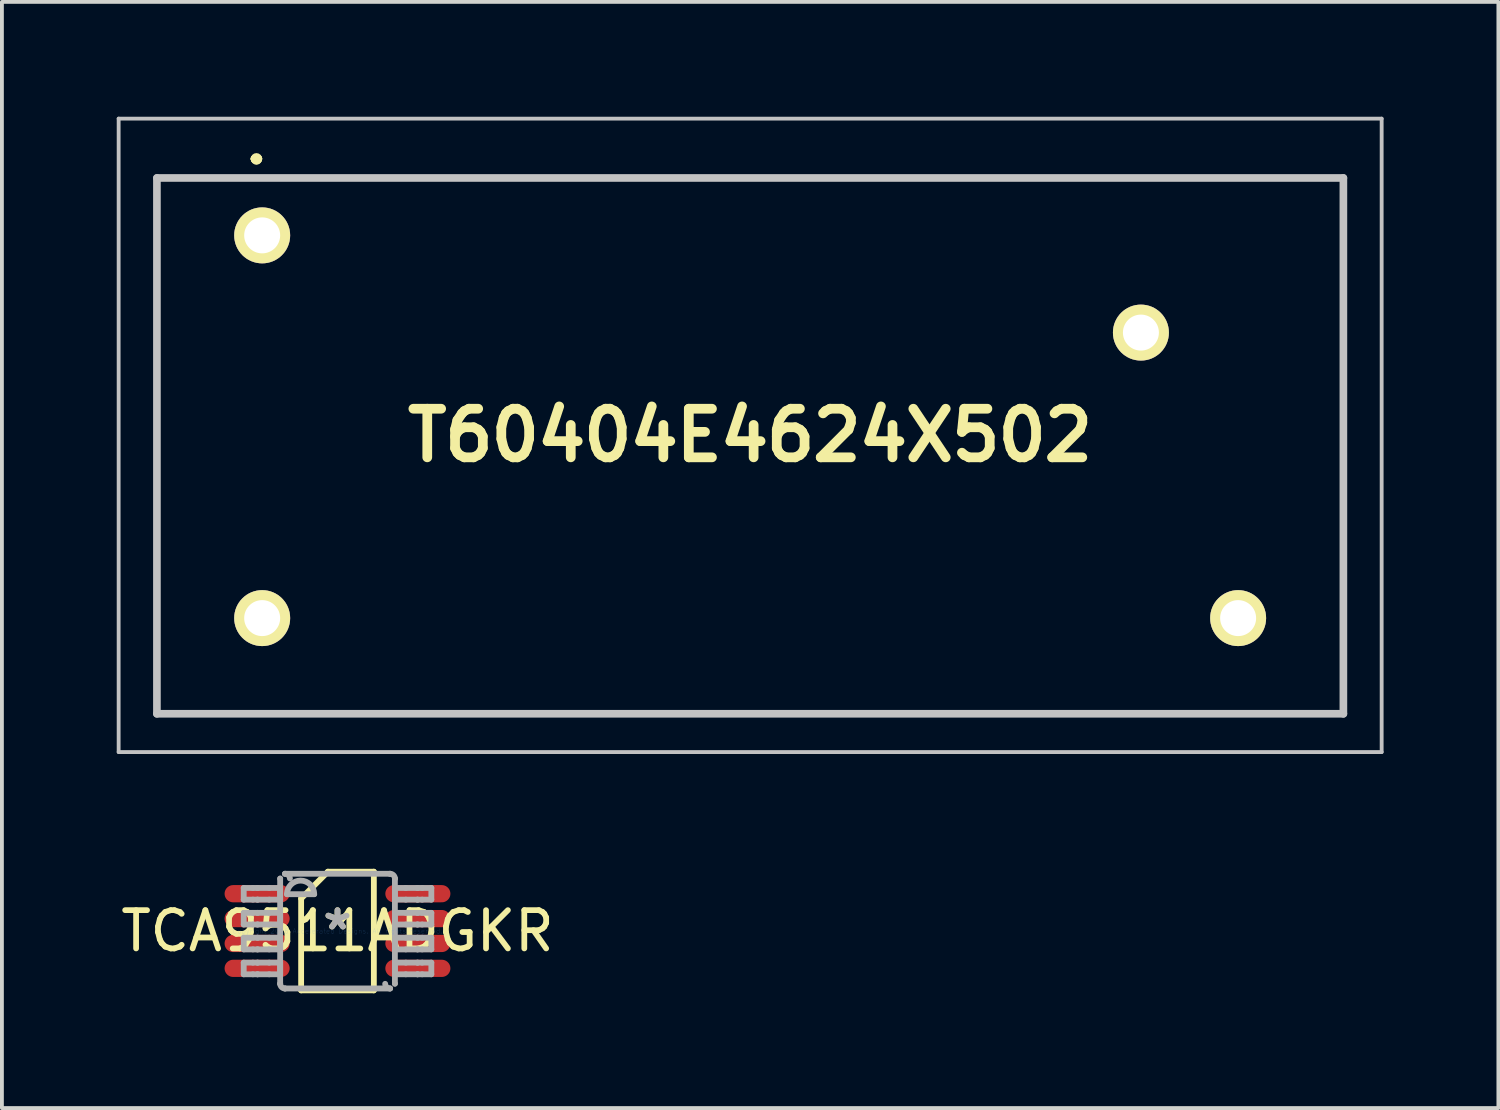
<source format=kicad_pcb>
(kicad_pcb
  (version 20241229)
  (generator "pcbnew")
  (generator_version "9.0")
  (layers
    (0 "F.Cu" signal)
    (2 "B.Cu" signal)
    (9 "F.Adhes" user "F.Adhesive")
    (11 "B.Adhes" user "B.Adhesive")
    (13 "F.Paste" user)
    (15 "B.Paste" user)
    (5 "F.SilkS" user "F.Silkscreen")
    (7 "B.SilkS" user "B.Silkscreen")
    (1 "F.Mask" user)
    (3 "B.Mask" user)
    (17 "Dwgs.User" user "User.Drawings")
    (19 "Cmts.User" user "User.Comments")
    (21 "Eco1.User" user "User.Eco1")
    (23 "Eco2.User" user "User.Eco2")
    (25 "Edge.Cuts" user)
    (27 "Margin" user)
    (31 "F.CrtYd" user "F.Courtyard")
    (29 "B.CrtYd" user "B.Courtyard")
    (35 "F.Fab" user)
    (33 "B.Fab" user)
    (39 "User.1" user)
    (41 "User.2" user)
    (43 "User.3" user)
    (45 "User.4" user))
  (footprint "T60404E4624X502"
    (layer "F.Cu")
    (at 3.8 3.1)
    (property "Reference" "T60404E4624X502" (at 12.75 5.225 0) (layer "F.SilkS") (effects (font (size 1.27 1.27) (thickness 0.254))))
    (attr through_hole)
    (fp_line (start -2.75 -1.5) (end -2.75 12.5) (stroke (width 0.1) (type solid)) (layer "F.SilkS"))
    (fp_line (start -2.75 12.5) (end 28.25 12.5) (stroke (width 0.1) (type solid)) (layer "F.SilkS"))
    (fp_line (start -0.2 -2) (end -0.2 -2) (stroke (width 0.2) (type solid)) (layer "F.SilkS"))
    (fp_line (start -0.2 -2) (end -0.2 -2) (stroke (width 0.2) (type solid)) (layer "F.SilkS"))
    (fp_line (start -0.1 -2) (end -0.1 -2) (stroke (width 0.2) (type solid)) (layer "F.SilkS"))
    (fp_line (start 28.25 -1.5) (end -2.75 -1.5) (stroke (width 0.1) (type solid)) (layer "F.SilkS"))
    (fp_line (start 28.25 12.5) (end 28.25 -1.5) (stroke (width 0.1) (type solid)) (layer "F.SilkS"))
    (fp_arc (start -0.2 -2) (mid -0.15 -2.05) (end -0.1 -2) (stroke (width 0.2) (type solid)) (layer "F.SilkS"))
    (fp_arc (start -0.1 -2) (mid -0.15 -1.95) (end -0.2 -2) (stroke (width 0.2) (type solid)) (layer "F.SilkS"))
    (fp_arc (start -0.1 -2) (mid -0.15 -1.95) (end -0.2 -2) (stroke (width 0.2) (type solid)) (layer "F.SilkS"))
    (fp_line (start -3.75 -3.05) (end -3.75 13.5) (stroke (width 0.1) (type solid)) (layer "Dwgs.User"))
    (fp_line (start -3.75 13.5) (end 29.25 13.5) (stroke (width 0.1) (type solid)) (layer "Dwgs.User"))
    (fp_line (start -2.75 -1.5) (end 28.25 -1.5) (stroke (width 0.2) (type solid)) (layer "Dwgs.User"))
    (fp_line (start -2.75 12.5) (end -2.75 -1.5) (stroke (width 0.2) (type solid)) (layer "Dwgs.User"))
    (fp_line (start 28.25 -1.5) (end 28.25 12.5) (stroke (width 0.2) (type solid)) (layer "Dwgs.User"))
    (fp_line (start 28.25 12.5) (end -2.75 12.5) (stroke (width 0.2) (type solid)) (layer "Dwgs.User"))
    (fp_line (start 29.25 -3.05) (end -3.75 -3.05) (stroke (width 0.1) (type solid)) (layer "Dwgs.User"))
    (fp_line (start 29.25 13.5) (end 29.25 -3.05) (stroke (width 0.1) (type solid)) (layer "Dwgs.User"))
    (pad "1" thru_hole circle (at 0 0 90) (size 1.462 1.462) (drill 0.94) (layers "*.Cu" "*.Mask" "F.SilkS"))
    (pad "2" thru_hole circle (at 22.96 2.54 90) (size 1.462 1.462) (drill 0.94) (layers "*.Cu" "*.Mask" "F.SilkS"))
    (pad "3" thru_hole circle (at 25.5 10 90) (size 1.462 1.462) (drill 0.94) (layers "*.Cu" "*.Mask" "F.SilkS"))
    (pad "4" thru_hole circle (at 0 10 90) (size 1.462 1.462) (drill 0.94) (layers "*.Cu" "*.Mask" "F.SilkS")))
  (footprint "TCA9511ADGKR"
    (layer "F.Cu")
    (at 5.768 21.276)
    (property "Reference" "TCA9511ADGKR" (at 0 0 0) (layer "F.SilkS") (effects (font (size 1 1) (thickness 0.15))))
    (attr through_hole)
    (fp_line (start -0.95 -0.85) (end -0.25 -1.55) (stroke (width 0.152) (type solid)) (layer "F.SilkS"))
    (fp_line (start -0.95 1.55) (end -0.95 -0.85) (stroke (width 0.152) (type solid)) (layer "F.SilkS"))
    (fp_line (start -0.95 1.55) (end 0.95 1.55) (stroke (width 0.152) (type solid)) (layer "F.SilkS"))
    (fp_line (start -0.25 -1.55) (end 0.95 -1.55) (stroke (width 0.152) (type solid)) (layer "F.SilkS"))
    (fp_line (start 0.95 1.55) (end 0.95 -1.55) (stroke (width 0.152) (type solid)) (layer "F.SilkS"))
    (fp_line (start -2.45 -1.125) (end -2.21 -1.125) (stroke (width 0.152) (type solid)) (layer "F.Fab"))
    (fp_line (start -2.45 -0.82) (end -2.45 -1.125) (stroke (width 0.152) (type solid)) (layer "F.Fab"))
    (fp_line (start -2.45 -0.82) (end -2.21 -0.82) (stroke (width 0.152) (type solid)) (layer "F.Fab"))
    (fp_line (start -2.45 -0.475) (end -2.21 -0.475) (stroke (width 0.152) (type solid)) (layer "F.Fab"))
    (fp_line (start -2.45 -0.17) (end -2.45 -0.475) (stroke (width 0.152) (type solid)) (layer "F.Fab"))
    (fp_line (start -2.45 -0.17) (end -2.21 -0.17) (stroke (width 0.152) (type solid)) (layer "F.Fab"))
    (fp_line (start -2.45 0.175) (end -2.21 0.175) (stroke (width 0.152) (type solid)) (layer "F.Fab"))
    (fp_line (start -2.45 0.48) (end -2.45 0.175) (stroke (width 0.152) (type solid)) (layer "F.Fab"))
    (fp_line (start -2.45 0.48) (end -2.21 0.48) (stroke (width 0.152) (type solid)) (layer "F.Fab"))
    (fp_line (start -2.45 0.826) (end -2.21 0.826) (stroke (width 0.152) (type solid)) (layer "F.Fab"))
    (fp_line (start -2.45 1.131) (end -2.45 0.826) (stroke (width 0.152) (type solid)) (layer "F.Fab"))
    (fp_line (start -2.45 1.131) (end -2.21 1.131) (stroke (width 0.152) (type solid)) (layer "F.Fab"))
    (fp_line (start -2.21 -1.125) (end -2.091 -1.125) (stroke (width 0.152) (type solid)) (layer "F.Fab"))
    (fp_line (start -2.21 -0.82) (end -2.091 -0.82) (stroke (width 0.152) (type solid)) (layer "F.Fab"))
    (fp_line (start -2.21 -0.475) (end -2.091 -0.475) (stroke (width 0.152) (type solid)) (layer "F.Fab"))
    (fp_line (start -2.21 -0.17) (end -2.091 -0.17) (stroke (width 0.152) (type solid)) (layer "F.Fab"))
    (fp_line (start -2.21 0.175) (end -2.091 0.175) (stroke (width 0.152) (type solid)) (layer "F.Fab"))
    (fp_line (start -2.21 0.48) (end -2.091 0.48) (stroke (width 0.152) (type solid)) (layer "F.Fab"))
    (fp_line (start -2.21 0.826) (end -2.091 0.826) (stroke (width 0.152) (type solid)) (layer "F.Fab"))
    (fp_line (start -2.21 1.131) (end -2.091 1.131) (stroke (width 0.152) (type solid)) (layer "F.Fab"))
    (fp_line (start -2.091 -1.125) (end -2.087 -1.125) (stroke (width 0.152) (type solid)) (layer "F.Fab"))
    (fp_line (start -2.091 -0.82) (end -2.087 -0.82) (stroke (width 0.152) (type solid)) (layer "F.Fab"))
    (fp_line (start -2.091 -0.475) (end -2.087 -0.475) (stroke (width 0.152) (type solid)) (layer "F.Fab"))
    (fp_line (start -2.091 -0.17) (end -2.087 -0.17) (stroke (width 0.152) (type solid)) (layer "F.Fab"))
    (fp_line (start -2.091 0.175) (end -2.087 0.175) (stroke (width 0.152) (type solid)) (layer "F.Fab"))
    (fp_line (start -2.091 0.48) (end -2.087 0.48) (stroke (width 0.152) (type solid)) (layer "F.Fab"))
    (fp_line (start -2.091 0.826) (end -2.087 0.826) (stroke (width 0.152) (type solid)) (layer "F.Fab"))
    (fp_line (start -2.091 1.131) (end -2.087 1.131) (stroke (width 0.152) (type solid)) (layer "F.Fab"))
    (fp_line (start -2.087 -1.125) (end -1.784 -1.125) (stroke (width 0.152) (type solid)) (layer "F.Fab"))
    (fp_line (start -2.087 -0.82) (end -1.784 -0.82) (stroke (width 0.152) (type solid)) (layer "F.Fab"))
    (fp_line (start -2.087 -0.475) (end -1.784 -0.475) (stroke (width 0.152) (type solid)) (layer "F.Fab"))
    (fp_line (start -2.087 -0.17) (end -1.784 -0.17) (stroke (width 0.152) (type solid)) (layer "F.Fab"))
    (fp_line (start -2.087 0.175) (end -1.784 0.175) (stroke (width 0.152) (type solid)) (layer "F.Fab"))
    (fp_line (start -2.087 0.48) (end -1.784 0.48) (stroke (width 0.152) (type solid)) (layer "F.Fab"))
    (fp_line (start -2.087 0.826) (end -1.784 0.826) (stroke (width 0.152) (type solid)) (layer "F.Fab"))
    (fp_line (start -2.087 1.131) (end -1.784 1.131) (stroke (width 0.152) (type solid)) (layer "F.Fab"))
    (fp_line (start -1.784 -1.125) (end -1.498 -1.125) (stroke (width 0.152) (type solid)) (layer "F.Fab"))
    (fp_line (start -1.784 -0.82) (end -1.498 -0.82) (stroke (width 0.152) (type solid)) (layer "F.Fab"))
    (fp_line (start -1.784 -0.475) (end -1.498 -0.475) (stroke (width 0.152) (type solid)) (layer "F.Fab"))
    (fp_line (start -1.784 -0.17) (end -1.498 -0.17) (stroke (width 0.152) (type solid)) (layer "F.Fab"))
    (fp_line (start -1.784 0.175) (end -1.498 0.175) (stroke (width 0.152) (type solid)) (layer "F.Fab"))
    (fp_line (start -1.784 0.48) (end -1.498 0.48) (stroke (width 0.152) (type solid)) (layer "F.Fab"))
    (fp_line (start -1.784 0.826) (end -1.498 0.826) (stroke (width 0.152) (type solid)) (layer "F.Fab"))
    (fp_line (start -1.784 1.131) (end -1.498 1.131) (stroke (width 0.152) (type solid)) (layer "F.Fab"))
    (fp_line (start -1.498 -1.369) (end -1.497 -1.372) (stroke (width 0.152) (type solid)) (layer "F.Fab"))
    (fp_line (start -1.498 -0.82) (end -1.498 -1.125) (stroke (width 0.152) (type solid)) (layer "F.Fab"))
    (fp_line (start -1.498 -0.17) (end -1.498 -0.475) (stroke (width 0.152) (type solid)) (layer "F.Fab"))
    (fp_line (start -1.498 0.48) (end -1.498 0.175) (stroke (width 0.152) (type solid)) (layer "F.Fab"))
    (fp_line (start -1.498 1.131) (end -1.498 0.826) (stroke (width 0.152) (type solid)) (layer "F.Fab"))
    (fp_line (start -1.498 1.374) (end -1.498 -1.369) (stroke (width 0.152) (type solid)) (layer "F.Fab"))
    (fp_line (start -1.498 1.374) (end -1.497 1.377) (stroke (width 0.152) (type solid)) (layer "F.Fab"))
    (fp_line (start -1.373 -1.496) (end -1.371 -1.496) (stroke (width 0.152) (type solid)) (layer "F.Fab"))
    (fp_line (start -1.373 1.501) (end -1.371 1.501) (stroke (width 0.152) (type solid)) (layer "F.Fab"))
    (fp_line (start -1.371 -1.496) (end 1.373 -1.496) (stroke (width 0.152) (type solid)) (layer "F.Fab"))
    (fp_line (start -1.371 1.501) (end 1.373 1.501) (stroke (width 0.152) (type solid)) (layer "F.Fab"))
    (fp_line (start -1.32 -0.962) (end -0.609 -0.962) (stroke (width 0.152) (type solid)) (layer "F.Fab"))
    (fp_line (start 1.373 -1.496) (end 1.375 -1.496) (stroke (width 0.152) (type solid)) (layer "F.Fab"))
    (fp_line (start 1.373 1.501) (end 1.375 1.501) (stroke (width 0.152) (type solid)) (layer "F.Fab"))
    (fp_line (start 1.5 -1.372) (end 1.5 -1.369) (stroke (width 0.152) (type solid)) (layer "F.Fab"))
    (fp_line (start 1.5 1.377) (end 1.5 1.374) (stroke (width 0.152) (type solid)) (layer "F.Fab"))
    (fp_line (start 1.5 -1.125) (end 1.786 -1.125) (stroke (width 0.152) (type solid)) (layer "F.Fab"))
    (fp_line (start 1.5 -0.82) (end 1.5 -1.125) (stroke (width 0.152) (type solid)) (layer "F.Fab"))
    (fp_line (start 1.5 -0.82) (end 1.786 -0.82) (stroke (width 0.152) (type solid)) (layer "F.Fab"))
    (fp_line (start 1.5 -0.475) (end 1.786 -0.475) (stroke (width 0.152) (type solid)) (layer "F.Fab"))
    (fp_line (start 1.5 -0.17) (end 1.5 -0.475) (stroke (width 0.152) (type solid)) (layer "F.Fab"))
    (fp_line (start 1.5 -0.17) (end 1.786 -0.17) (stroke (width 0.152) (type solid)) (layer "F.Fab"))
    (fp_line (start 1.5 0.175) (end 1.786 0.175) (stroke (width 0.152) (type solid)) (layer "F.Fab"))
    (fp_line (start 1.5 0.48) (end 1.5 0.175) (stroke (width 0.152) (type solid)) (layer "F.Fab"))
    (fp_line (start 1.5 0.48) (end 1.786 0.48) (stroke (width 0.152) (type solid)) (layer "F.Fab"))
    (fp_line (start 1.5 0.826) (end 1.786 0.826) (stroke (width 0.152) (type solid)) (layer "F.Fab"))
    (fp_line (start 1.5 1.131) (end 1.5 0.826) (stroke (width 0.152) (type solid)) (layer "F.Fab"))
    (fp_line (start 1.5 1.131) (end 1.786 1.131) (stroke (width 0.152) (type solid)) (layer "F.Fab"))
    (fp_line (start 1.5 1.374) (end 1.5 -1.369) (stroke (width 0.152) (type solid)) (layer "F.Fab"))
    (fp_line (start 1.786 -1.125) (end 2.089 -1.125) (stroke (width 0.152) (type solid)) (layer "F.Fab"))
    (fp_line (start 1.786 -0.82) (end 2.089 -0.82) (stroke (width 0.152) (type solid)) (layer "F.Fab"))
    (fp_line (start 1.786 -0.475) (end 2.089 -0.475) (stroke (width 0.152) (type solid)) (layer "F.Fab"))
    (fp_line (start 1.786 -0.17) (end 2.089 -0.17) (stroke (width 0.152) (type solid)) (layer "F.Fab"))
    (fp_line (start 1.786 0.175) (end 2.089 0.175) (stroke (width 0.152) (type solid)) (layer "F.Fab"))
    (fp_line (start 1.786 0.48) (end 2.089 0.48) (stroke (width 0.152) (type solid)) (layer "F.Fab"))
    (fp_line (start 1.786 0.826) (end 2.089 0.826) (stroke (width 0.152) (type solid)) (layer "F.Fab"))
    (fp_line (start 1.786 1.131) (end 2.089 1.131) (stroke (width 0.152) (type solid)) (layer "F.Fab"))
    (fp_line (start 2.089 -1.125) (end 2.093 -1.125) (stroke (width 0.152) (type solid)) (layer "F.Fab"))
    (fp_line (start 2.089 -0.82) (end 2.093 -0.82) (stroke (width 0.152) (type solid)) (layer "F.Fab"))
    (fp_line (start 2.089 -0.475) (end 2.093 -0.475) (stroke (width 0.152) (type solid)) (layer "F.Fab"))
    (fp_line (start 2.089 -0.17) (end 2.093 -0.17) (stroke (width 0.152) (type solid)) (layer "F.Fab"))
    (fp_line (start 2.089 0.175) (end 2.093 0.175) (stroke (width 0.152) (type solid)) (layer "F.Fab"))
    (fp_line (start 2.089 0.48) (end 2.093 0.48) (stroke (width 0.152) (type solid)) (layer "F.Fab"))
    (fp_line (start 2.089 0.826) (end 2.093 0.826) (stroke (width 0.152) (type solid)) (layer "F.Fab"))
    (fp_line (start 2.089 1.131) (end 2.093 1.131) (stroke (width 0.152) (type solid)) (layer "F.Fab"))
    (fp_line (start 2.093 -1.125) (end 2.213 -1.125) (stroke (width 0.152) (type solid)) (layer "F.Fab"))
    (fp_line (start 2.093 -0.82) (end 2.213 -0.82) (stroke (width 0.152) (type solid)) (layer "F.Fab"))
    (fp_line (start 2.093 -0.475) (end 2.213 -0.475) (stroke (width 0.152) (type solid)) (layer "F.Fab"))
    (fp_line (start 2.093 -0.17) (end 2.213 -0.17) (stroke (width 0.152) (type solid)) (layer "F.Fab"))
    (fp_line (start 2.093 0.175) (end 2.213 0.175) (stroke (width 0.152) (type solid)) (layer "F.Fab"))
    (fp_line (start 2.093 0.48) (end 2.213 0.48) (stroke (width 0.152) (type solid)) (layer "F.Fab"))
    (fp_line (start 2.093 0.826) (end 2.213 0.826) (stroke (width 0.152) (type solid)) (layer "F.Fab"))
    (fp_line (start 2.093 1.131) (end 2.213 1.131) (stroke (width 0.152) (type solid)) (layer "F.Fab"))
    (fp_line (start 2.213 -1.125) (end 2.452 -1.125) (stroke (width 0.152) (type solid)) (layer "F.Fab"))
    (fp_line (start 2.213 -0.82) (end 2.452 -0.82) (stroke (width 0.152) (type solid)) (layer "F.Fab"))
    (fp_line (start 2.213 -0.475) (end 2.452 -0.475) (stroke (width 0.152) (type solid)) (layer "F.Fab"))
    (fp_line (start 2.213 -0.17) (end 2.452 -0.17) (stroke (width 0.152) (type solid)) (layer "F.Fab"))
    (fp_line (start 2.213 0.175) (end 2.452 0.175) (stroke (width 0.152) (type solid)) (layer "F.Fab"))
    (fp_line (start 2.213 0.48) (end 2.452 0.48) (stroke (width 0.152) (type solid)) (layer "F.Fab"))
    (fp_line (start 2.213 0.826) (end 2.452 0.826) (stroke (width 0.152) (type solid)) (layer "F.Fab"))
    (fp_line (start 2.213 1.131) (end 2.452 1.131) (stroke (width 0.152) (type solid)) (layer "F.Fab"))
    (fp_line (start 2.452 -0.82) (end 2.452 -1.125) (stroke (width 0.152) (type solid)) (layer "F.Fab"))
    (fp_line (start 2.452 -0.17) (end 2.452 -0.475) (stroke (width 0.152) (type solid)) (layer "F.Fab"))
    (fp_line (start 2.452 0.48) (end 2.452 0.175) (stroke (width 0.152) (type solid)) (layer "F.Fab"))
    (fp_line (start 2.452 1.131) (end 2.452 0.826) (stroke (width 0.152) (type solid)) (layer "F.Fab"))
    (fp_arc (start -1.370498 -1.495844) (mid -1.282652 -1.460565) (end -1.243609 -1.374326) (stroke (width 0.1524) (type solid)) (layer "F.Fab"))
    (fp_arc (start -1.370498 1.501366) (mid -1.458344 1.466087) (end -1.497387 1.379848) (stroke (width 0.1524) (type solid)) (layer "F.Fab"))
    (fp_arc (start -1.3197 -0.962439) (mid -0.9641 -1.318039) (end -0.6085 -0.962439) (stroke (width 0.1524) (type solid)) (layer "F.Fab"))
    (fp_arc (start 1.372697 -1.495844) (mid 1.460543 -1.460565) (end 1.499586 -1.374326) (stroke (width 0.1524) (type solid)) (layer "F.Fab"))
    (fp_arc (start 1.372697 1.501366) (mid 1.284851 1.466087) (end 1.245808 1.379848) (stroke (width 0.1524) (type solid)) (layer "F.Fab"))
    (fp_text user "*" (at 0 0 0) (layer "F.SilkS") (effects (font (size 1 1) (thickness 0.15))))
    (fp_text user "Copyright 2016 Accelerated Designs. All rights reserved." (at 0 0 0) (layer "Cmts.User") (effects (font (size 0.127 0.127) (thickness 0.002))))
    (fp_text user "*" (at 0 0 0) (layer "F.Fab") (effects (font (size 1 1) (thickness 0.15))))
    (pad "1" smd oval (at -2.1 -0.975 90) (size 0.45 1.7) (layers "F.Cu" "F.Mask" "F.Paste"))
    (pad "2" smd oval (at -2.1 -0.325 90) (size 0.45 1.7) (layers "F.Cu" "F.Mask" "F.Paste"))
    (pad "3" smd oval (at -2.1 0.325 90) (size 0.45 1.7) (layers "F.Cu" "F.Mask" "F.Paste"))
    (pad "4" smd oval (at -2.1 0.975 90) (size 0.45 1.7) (layers "F.Cu" "F.Mask" "F.Paste"))
    (pad "5" smd oval (at 2.1 0.975 90) (size 0.45 1.7) (layers "F.Cu" "F.Mask" "F.Paste"))
    (pad "6" smd oval (at 2.1 0.325 90) (size 0.45 1.7) (layers "F.Cu" "F.Mask" "F.Paste"))
    (pad "7" smd oval (at 2.1 -0.325 90) (size 0.45 1.7) (layers "F.Cu" "F.Mask" "F.Paste"))
    (pad "8" smd oval (at 2.1 -0.975 90) (size 0.45 1.7) (layers "F.Cu" "F.Mask" "F.Paste")))
  (gr_rect
    (start -3 -3)
    (end 36.1 25.902)
    (stroke (width 0.1) (type default))
    (fill no)
    (layer "Edge.Cuts")))
</source>
